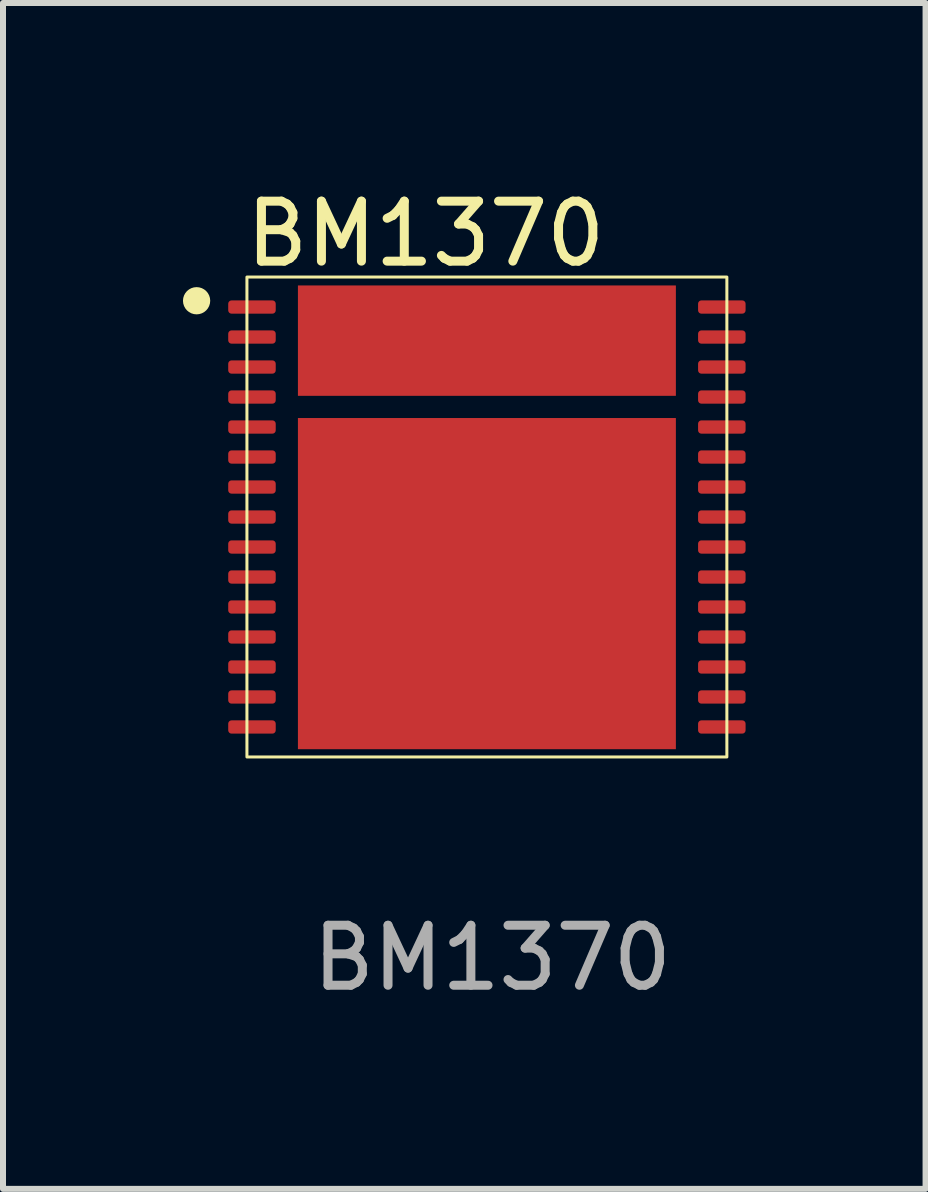
<source format=kicad_pcb>
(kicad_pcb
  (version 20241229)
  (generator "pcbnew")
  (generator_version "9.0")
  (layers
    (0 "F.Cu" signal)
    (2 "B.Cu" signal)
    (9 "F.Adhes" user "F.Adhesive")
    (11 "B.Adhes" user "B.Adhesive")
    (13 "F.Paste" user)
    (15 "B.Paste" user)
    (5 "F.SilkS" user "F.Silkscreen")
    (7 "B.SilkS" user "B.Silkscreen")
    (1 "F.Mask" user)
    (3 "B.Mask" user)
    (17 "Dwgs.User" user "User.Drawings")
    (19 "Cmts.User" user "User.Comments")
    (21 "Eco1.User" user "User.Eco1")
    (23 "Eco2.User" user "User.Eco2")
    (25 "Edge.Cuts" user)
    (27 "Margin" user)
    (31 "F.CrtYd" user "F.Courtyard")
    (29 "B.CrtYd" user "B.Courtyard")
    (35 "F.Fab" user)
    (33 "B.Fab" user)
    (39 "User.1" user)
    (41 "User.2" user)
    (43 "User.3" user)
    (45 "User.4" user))
  (footprint "BM1370"
    (layer "F.Cu")
    (at 5.066 5.568)
    (property "Reference" "BM1370" (at -1.02 -4.72 0) (unlocked yes) (layer "F.SilkS") (effects (font (size 1 1) (thickness 0.15))))
    (attr smd)
    (fp_rect (start -1.33 1.825) (end -3.085 0.385) (stroke (width 0.12) (type solid)) (fill yes) (layer "F.Mask"))
    (fp_rect (start -1.325 3.79) (end -3.08 2.35) (stroke (width 0.12) (type solid)) (fill yes) (layer "F.Mask"))
    (fp_rect (start -1.323 -2.09) (end -3.078 -3.795) (stroke (width 0.12) (type solid)) (fill yes) (layer "F.Mask"))
    (fp_rect (start -1.32 -0.135) (end -3.075 -1.575) (stroke (width 0.12) (type solid)) (fill yes) (layer "F.Mask"))
    (fp_rect (start 0.88 -2.09) (end -0.9 -3.79) (stroke (width 0.12) (type solid)) (fill yes) (layer "F.Mask"))
    (fp_rect (start 0.88 1.815) (end -0.9 0.375) (stroke (width 0.12) (type solid)) (fill yes) (layer "F.Mask"))
    (fp_rect (start 0.89 -0.135) (end -0.89 -1.575) (stroke (width 0.12) (type solid)) (fill yes) (layer "F.Mask"))
    (fp_rect (start 0.89 3.79) (end -0.89 2.35) (stroke (width 0.12) (type solid)) (fill yes) (layer "F.Mask"))
    (fp_rect (start 3.062 -2.095) (end 1.308 -3.79) (stroke (width 0.12) (type solid)) (fill yes) (layer "F.Mask"))
    (fp_rect (start 3.065 1.815) (end 1.31 0.375) (stroke (width 0.12) (type solid)) (fill yes) (layer "F.Mask"))
    (fp_rect (start 3.075 3.79) (end 1.32 2.35) (stroke (width 0.12) (type solid)) (fill yes) (layer "F.Mask"))
    (fp_rect (start 3.078 -0.135) (end 1.323 -1.575) (stroke (width 0.12) (type solid)) (fill yes) (layer "F.Mask"))
    (fp_rect (start 4 4) (end -4 -4) (stroke (width 0.05) (type default)) (fill no) (layer "F.SilkS"))
    (fp_circle (center -4.839 -3.605) (end -4.637 -3.605) (stroke (width 0.05) (type solid)) (fill yes) (layer "F.SilkS"))
    (fp_rect (start -1.627 -2.42) (end -2.828 -3.54) (stroke (width 0.001) (type solid)) (fill yes) (layer "F.Paste"))
    (fp_rect (start -1.625 -0.4) (end -2.825 -1.35) (stroke (width 0.001) (type solid)) (fill yes) (layer "F.Paste"))
    (fp_rect (start -1.625 1.575) (end -2.825 0.625) (stroke (width 0.001) (type solid)) (fill yes) (layer "F.Paste"))
    (fp_rect (start -1.625 3.55) (end -2.825 2.6) (stroke (width 0.001) (type solid)) (fill yes) (layer "F.Paste"))
    (fp_rect (start 0.64 1.58) (end -0.56 0.63) (stroke (width 0.001) (type solid)) (fill yes) (layer "F.Paste"))
    (fp_rect (start 0.65 -2.415) (end -0.55 -3.525) (stroke (width 0.001) (type solid)) (fill yes) (layer "F.Paste"))
    (fp_rect (start 0.65 -0.4) (end -0.55 -1.35) (stroke (width 0.001) (type solid)) (fill yes) (layer "F.Paste"))
    (fp_rect (start 0.65 3.55) (end -0.55 2.6) (stroke (width 0.001) (type solid)) (fill yes) (layer "F.Paste"))
    (fp_rect (start 2.79 1.58) (end 1.59 0.63) (stroke (width 0.001) (type solid)) (fill yes) (layer "F.Paste"))
    (fp_rect (start 2.797 -2.42) (end 1.597 -3.53) (stroke (width 0.001) (type solid)) (fill yes) (layer "F.Paste"))
    (fp_rect (start 2.8 -0.4) (end 1.6 -1.35) (stroke (width 0.001) (type solid)) (fill yes) (layer "F.Paste"))
    (fp_rect (start 2.8 3.55) (end 1.6 2.6) (stroke (width 0.001) (type solid)) (fill yes) (layer "F.Paste"))
    (fp_text user "${REFERENCE}" (at 0.09 7.35 0) (unlocked yes) (layer "F.Fab") (effects (font (size 1 1) (thickness 0.15))))
    (pad "1" smd roundrect (at -3.916 -3.5) (size 0.792 0.221) (layers "F.Cu" "F.Mask" "F.Paste") (roundrect_rratio 0.25))
    (pad "2" smd roundrect (at -3.916 -3) (size 0.792 0.221) (layers "F.Cu" "F.Mask" "F.Paste") (roundrect_rratio 0.25))
    (pad "3" smd roundrect (at -3.916 -2.5) (size 0.792 0.221) (layers "F.Cu" "F.Mask" "F.Paste") (roundrect_rratio 0.25))
    (pad "4" smd roundrect (at -3.916 -2) (size 0.792 0.221) (layers "F.Cu" "F.Mask" "F.Paste") (roundrect_rratio 0.25))
    (pad "5" smd roundrect (at -3.916 -1.5) (size 0.792 0.221) (layers "F.Cu" "F.Mask" "F.Paste") (roundrect_rratio 0.25))
    (pad "6" smd roundrect (at -3.916 -1) (size 0.792 0.221) (layers "F.Cu" "F.Mask" "F.Paste") (roundrect_rratio 0.25))
    (pad "7" smd roundrect (at -3.916 -0.5) (size 0.792 0.221) (layers "F.Cu" "F.Mask" "F.Paste") (roundrect_rratio 0.25))
    (pad "8" smd roundrect (at -3.916 0) (size 0.792 0.221) (layers "F.Cu" "F.Mask" "F.Paste") (roundrect_rratio 0.25))
    (pad "9" smd roundrect (at -3.916 0.5) (size 0.792 0.221) (layers "F.Cu" "F.Mask" "F.Paste") (roundrect_rratio 0.25))
    (pad "10" smd roundrect (at -3.916 1) (size 0.792 0.221) (layers "F.Cu" "F.Mask" "F.Paste") (roundrect_rratio 0.25))
    (pad "11" smd roundrect (at -3.916 1.5) (size 0.792 0.221) (layers "F.Cu" "F.Mask" "F.Paste") (roundrect_rratio 0.25))
    (pad "12" smd roundrect (at -3.916 2) (size 0.792 0.221) (layers "F.Cu" "F.Mask" "F.Paste") (roundrect_rratio 0.25))
    (pad "13" smd roundrect (at -3.916 2.5) (size 0.792 0.221) (layers "F.Cu" "F.Mask" "F.Paste") (roundrect_rratio 0.25))
    (pad "14" smd roundrect (at -3.916 3) (size 0.792 0.221) (layers "F.Cu" "F.Mask" "F.Paste") (roundrect_rratio 0.25))
    (pad "15" smd roundrect (at -3.916 3.5) (size 0.792 0.221) (layers "F.Cu" "F.Mask" "F.Paste") (roundrect_rratio 0.25))
    (pad "16" smd roundrect (at 3.916 3.5) (size 0.792 0.221) (layers "F.Cu" "F.Mask" "F.Paste") (roundrect_rratio 0.25))
    (pad "17" smd roundrect (at 3.916 3) (size 0.792 0.221) (layers "F.Cu" "F.Mask" "F.Paste") (roundrect_rratio 0.25))
    (pad "18" smd roundrect (at 3.916 2.5) (size 0.792 0.221) (layers "F.Cu" "F.Mask" "F.Paste") (roundrect_rratio 0.25))
    (pad "19" smd roundrect (at 3.916 2) (size 0.792 0.221) (layers "F.Cu" "F.Mask" "F.Paste") (roundrect_rratio 0.25))
    (pad "20" smd roundrect (at 3.916 1.5) (size 0.792 0.221) (layers "F.Cu" "F.Mask" "F.Paste") (roundrect_rratio 0.25))
    (pad "21" smd roundrect (at 3.916 1) (size 0.792 0.221) (layers "F.Cu" "F.Mask" "F.Paste") (roundrect_rratio 0.25))
    (pad "22" smd roundrect (at 3.916 0.5) (size 0.792 0.221) (layers "F.Cu" "F.Mask" "F.Paste") (roundrect_rratio 0.25))
    (pad "23" smd roundrect (at 3.916 0) (size 0.792 0.221) (layers "F.Cu" "F.Mask" "F.Paste") (roundrect_rratio 0.25))
    (pad "24" smd roundrect (at 3.916 -0.5) (size 0.792 0.221) (layers "F.Cu" "F.Mask" "F.Paste") (roundrect_rratio 0.25))
    (pad "25" smd roundrect (at 3.916 -1) (size 0.792 0.221) (layers "F.Cu" "F.Mask" "F.Paste") (roundrect_rratio 0.25))
    (pad "26" smd roundrect (at 3.916 -1.5) (size 0.792 0.221) (layers "F.Cu" "F.Mask" "F.Paste") (roundrect_rratio 0.25))
    (pad "27" smd roundrect (at 3.916 -2) (size 0.792 0.221) (layers "F.Cu" "F.Mask" "F.Paste") (roundrect_rratio 0.25))
    (pad "28" smd roundrect (at 3.916 -2.5) (size 0.792 0.221) (layers "F.Cu" "F.Mask" "F.Paste") (roundrect_rratio 0.25))
    (pad "29" smd roundrect (at 3.916 -3) (size 0.792 0.221) (layers "F.Cu" "F.Mask" "F.Paste") (roundrect_rratio 0.25))
    (pad "30" smd roundrect (at 3.916 -3.5) (size 0.792 0.221) (layers "F.Cu" "F.Mask" "F.Paste") (roundrect_rratio 0.25))
    (pad "31" smd rect (at 0 -2.94) (size 6.3 1.84) (layers "F.Cu"))
    (pad "32" smd rect (at 0 1.11) (size 6.3 5.52) (layers "F.Cu")))
  (gr_rect
    (start -3 -3)
    (end 12.378 16.767)
    (stroke (width 0.1) (type default))
    (fill no)
    (layer "Edge.Cuts")))
</source>
